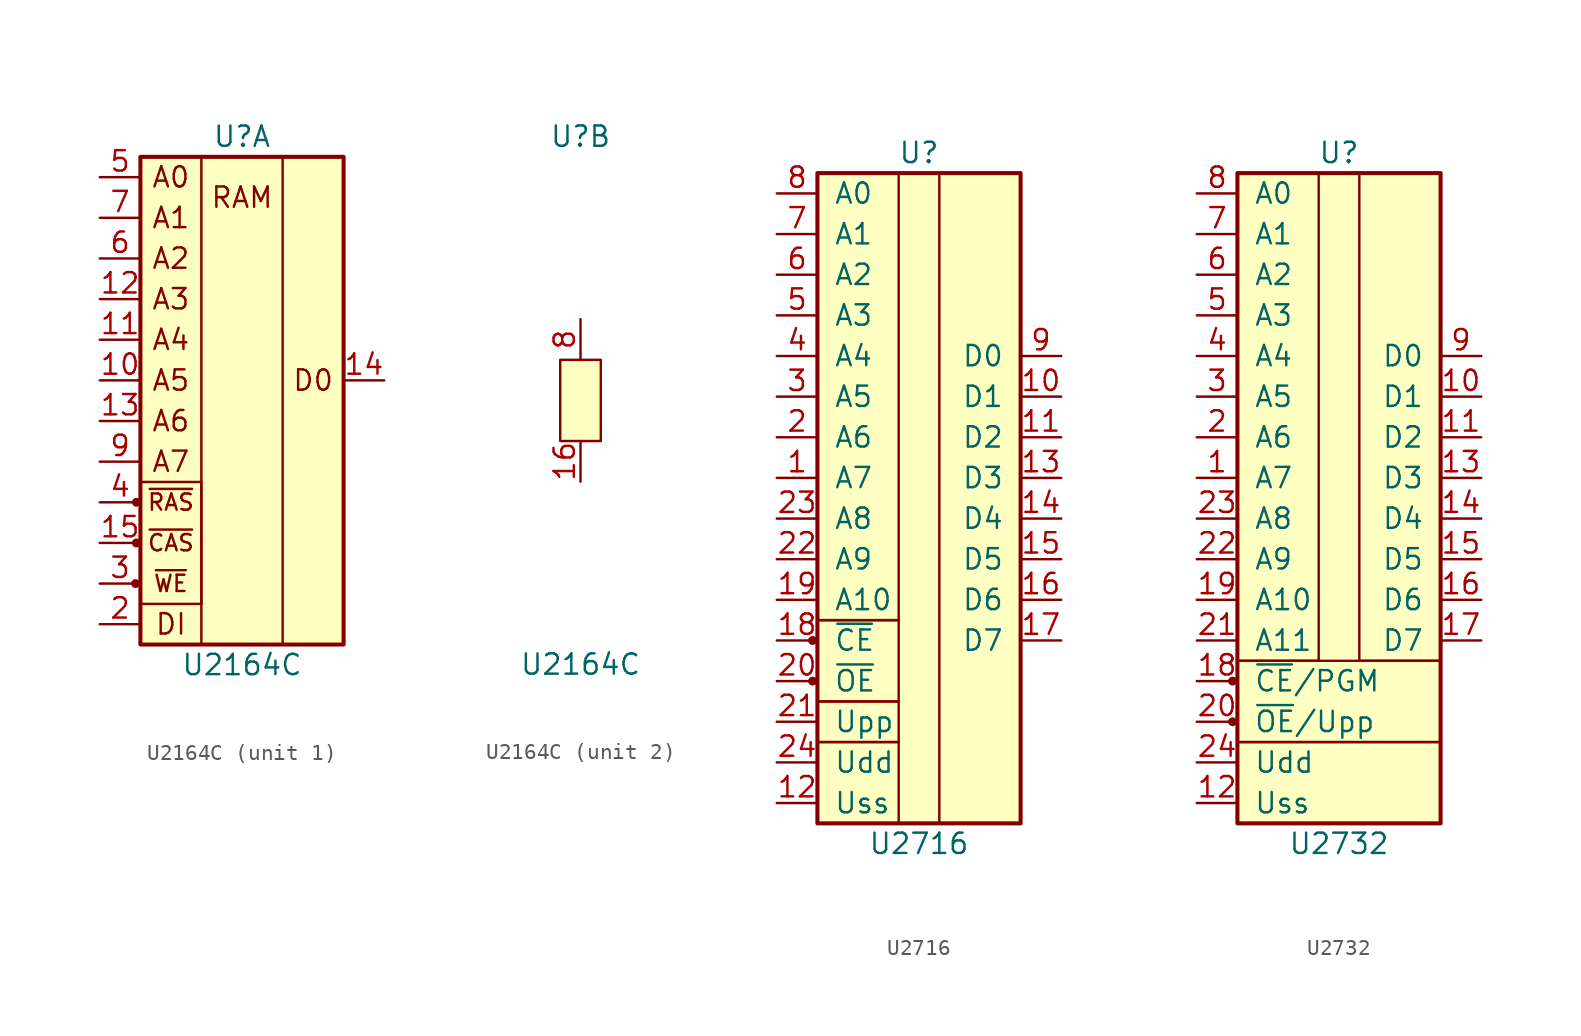
<source format=kicad_sym>
(kicad_symbol_lib
  (version 20211014)
  (generator kicad_symbol_editor)
  (symbol "U2164C"
    (pin_names
      (offset 1.016) hide)
    (property "Reference" "U"
      (at 0 16.51 0)
      (effects (font (size 1.27 1.27))))
    (property "Value" "U2164C"
      (at 0 -16.51 0)
      (effects (font (size 1.27 1.27))))
    (property "ki_locked" ""
      (at 0 0 0)
      (effects (font (size 1.27 1.27))))
    (symbol "U2164C_1_1"
      (circle (center -6.655 -11.43) (radius 0.203) (stroke (width 0) (type default) (color 0 0 0 0)) (fill (type outline)))
      (circle (center -6.604 -8.89) (radius 0.203) (stroke (width 0) (type default) (color 0 0 0 0)) (fill (type outline)))
      (circle (center -6.604 -6.35) (radius 0.203) (stroke (width 0) (type default) (color 0 0 0 0)) (fill (type outline)))
      (rectangle (start -6.35 -5.08) (end -2.54 -12.7) (stroke (width 0) (type default) (color 0 0 0 0)) (fill (type none)))
      (rectangle (start -6.35 15.24) (end 6.35 -15.24) (stroke (width 0.254) (type default) (color 0 0 0 0)) (fill (type background)))
      (rectangle (start -2.54 15.24) (end 2.54 -15.24) (stroke (width 0) (type default) (color 0 0 0 0)) (fill (type none)))
      (text "A0" (at -4.445 13.97 0) (effects (font (size 1.27 1.27))))
      (text "A1" (at -4.445 11.43 0) (effects (font (size 1.27 1.27))))
      (text "A2" (at -4.445 8.89 0) (effects (font (size 1.27 1.27))))
      (text "A3" (at -4.445 6.35 0) (effects (font (size 1.27 1.27))))
      (text "A4" (at -4.445 3.81 0) (effects (font (size 1.27 1.27))))
      (text "A5" (at -4.445 1.27 0) (effects (font (size 1.27 1.27))))
      (text "A6" (at -4.445 -1.27 0) (effects (font (size 1.27 1.27))))
      (text "A7" (at -4.445 -3.81 0) (effects (font (size 1.27 1.27))))
      (text "D0" (at 4.445 1.27 0) (effects (font (size 1.27 1.27))))
      (text "DI" (at -4.445 -13.97 0) (effects (font (size 1.27 1.27))))
      (text "RAM" (at 0 12.7 0) (effects (font (size 1.27 1.27))))
      (text "~{CAS}" (at -4.445 -8.89 0) (effects (font (size 1.016 1.016))))
      (text "~{RAS}" (at -4.445 -6.35 0) (effects (font (size 1.016 1.016))))
      (text "~{WE}" (at -4.445 -11.43 0) (effects (font (size 1.016 1.016))))
      (pin no_connect line (at 8.89 -13.97 180) (length 2.54) hide (name "nc" (effects (font (size 1.27 1.27)))) (number "1" (effects (font (size 1.27 1.27)))))
      (pin input line (at -8.89 1.27 0) (length 2.54) (name "A5" (effects (font (size 1.27 1.27)))) (number "10" (effects (font (size 1.27 1.27)))))
      (pin input line (at -8.89 3.81 0) (length 2.54) (name "A4" (effects (font (size 1.27 1.27)))) (number "11" (effects (font (size 1.27 1.27)))))
      (pin input line (at -8.89 6.35 0) (length 2.54) (name "A3" (effects (font (size 1.27 1.27)))) (number "12" (effects (font (size 1.27 1.27)))))
      (pin input line (at -8.89 -1.27 0) (length 2.54) (name "A6" (effects (font (size 1.27 1.27)))) (number "13" (effects (font (size 1.27 1.27)))))
      (pin tri_state line (at 8.89 1.27 180) (length 2.54) (name "D0" (effects (font (size 1.27 1.27)))) (number "14" (effects (font (size 1.27 1.27)))))
      (pin input line (at -8.89 -8.89 0) (length 2.54) (name "~CAS" (effects (font (size 1.27 1.27)))) (number "15" (effects (font (size 1.27 1.27)))))
      (pin input line (at -8.89 -13.97 0) (length 2.54) (name "DI" (effects (font (size 1.27 1.27)))) (number "2" (effects (font (size 1.27 1.27)))))
      (pin input line (at -8.89 -11.43 0) (length 2.54) (name "~WE" (effects (font (size 1.27 1.27)))) (number "3" (effects (font (size 1.27 1.27)))))
      (pin input line (at -8.89 -6.35 0) (length 2.54) (name "~RAS" (effects (font (size 1.27 1.27)))) (number "4" (effects (font (size 1.27 1.27)))))
      (pin input line (at -8.89 13.97 0) (length 2.54) (name "A0" (effects (font (size 1.27 1.27)))) (number "5" (effects (font (size 1.27 1.27)))))
      (pin input line (at -8.89 8.89 0) (length 2.54) (name "A2" (effects (font (size 1.27 1.27)))) (number "6" (effects (font (size 1.27 1.27)))))
      (pin input line (at -8.89 11.43 0) (length 2.54) (name "A1" (effects (font (size 1.27 1.27)))) (number "7" (effects (font (size 1.27 1.27)))))
      (pin input line (at -8.89 -3.81 0) (length 2.54) (name "A7" (effects (font (size 1.27 1.27)))) (number "9" (effects (font (size 1.27 1.27))))))
    (symbol "U2164C_2_1"
      (rectangle (start -1.27 2.54) (end 1.27 -2.54) (stroke (width 0) (type default) (color 0 0 0 0)) (fill (type background)))
      (pin power_in line (at 0 -5.08 90) (length 2.54) (name "Uss" (effects (font (size 1.27 1.27)))) (number "16" (effects (font (size 1.27 1.27)))))
      (pin power_in line (at 0 5.08 270) (length 2.54) (name "Ucc" (effects (font (size 1.27 1.27)))) (number "8" (effects (font (size 1.27 1.27)))))))
  (symbol "U2716"
    (pin_names
      (offset 1.016))
    (property "Reference" "U"
      (at 0 21.59 0)
      (effects (font (size 1.27 1.27))))
    (property "Value" "U2716"
      (at 0 -21.59 0)
      (effects (font (size 1.27 1.27))))
    (symbol "U2716_0_1"
      (rectangle (start -6.35 -12.7) (end -1.27 -15.24) (stroke (width 0) (type default) (color 0 0 0 0)) (fill (type none)))
      (rectangle (start -1.27 -7.62) (end -6.35 -12.7) (stroke (width 0) (type default) (color 0 0 0 0)) (fill (type none))))
    (symbol "U2716_1_1"
      (circle (center -6.655 -11.43) (radius 0.203) (stroke (width 0) (type default) (color 0 0 0 0)) (fill (type outline)))
      (circle (center -6.655 -8.89) (radius 0.203) (stroke (width 0) (type default) (color 0 0 0 0)) (fill (type outline)))
      (rectangle (start -6.35 -15.24) (end -1.27 -20.32) (stroke (width 0) (type default) (color 0 0 0 0)) (fill (type none)))
      (rectangle (start -6.35 20.32) (end -1.27 -7.62) (stroke (width 0) (type default) (color 0 0 0 0)) (fill (type none)))
      (rectangle (start -6.35 20.32) (end 6.35 -20.32) (stroke (width 0.254) (type default) (color 0 0 0 0)) (fill (type background)))
      (rectangle (start 1.27 20.32) (end 6.35 -20.32) (stroke (width 0) (type default) (color 0 0 0 0)) (fill (type none)))
      (pin input line (at -8.89 1.27 0) (length 2.54) (name "A7" (effects (font (size 1.27 1.27)))) (number "1" (effects (font (size 1.27 1.27)))))
      (pin tri_state line (at 8.89 6.35 180) (length 2.54) (name "D1" (effects (font (size 1.27 1.27)))) (number "10" (effects (font (size 1.27 1.27)))))
      (pin tri_state line (at 8.89 3.81 180) (length 2.54) (name "D2" (effects (font (size 1.27 1.27)))) (number "11" (effects (font (size 1.27 1.27)))))
      (pin power_in line (at -8.89 -19.05 0) (length 2.54) (name "Uss" (effects (font (size 1.27 1.27)))) (number "12" (effects (font (size 1.27 1.27)))))
      (pin tri_state line (at 8.89 1.27 180) (length 2.54) (name "D3" (effects (font (size 1.27 1.27)))) (number "13" (effects (font (size 1.27 1.27)))))
      (pin tri_state line (at 8.89 -1.27 180) (length 2.54) (name "D4" (effects (font (size 1.27 1.27)))) (number "14" (effects (font (size 1.27 1.27)))))
      (pin tri_state line (at 8.89 -3.81 180) (length 2.54) (name "D5" (effects (font (size 1.27 1.27)))) (number "15" (effects (font (size 1.27 1.27)))))
      (pin tri_state line (at 8.89 -6.35 180) (length 2.54) (name "D6" (effects (font (size 1.27 1.27)))) (number "16" (effects (font (size 1.27 1.27)))))
      (pin tri_state line (at 8.89 -8.89 180) (length 2.54) (name "D7" (effects (font (size 1.27 1.27)))) (number "17" (effects (font (size 1.27 1.27)))))
      (pin input line (at -8.89 -8.89 0) (length 2.54) (name "~{CE}" (effects (font (size 1.27 1.27)))) (number "18" (effects (font (size 1.27 1.27)))))
      (pin input line (at -8.89 -6.35 0) (length 2.54) (name "A10" (effects (font (size 1.27 1.27)))) (number "19" (effects (font (size 1.27 1.27)))))
      (pin input line (at -8.89 3.81 0) (length 2.54) (name "A6" (effects (font (size 1.27 1.27)))) (number "2" (effects (font (size 1.27 1.27)))))
      (pin input line (at -8.89 -11.43 0) (length 2.54) (name "~{OE}" (effects (font (size 1.27 1.27)))) (number "20" (effects (font (size 1.27 1.27)))))
      (pin power_in line (at -8.89 -13.97 0) (length 2.54) (name "Upp" (effects (font (size 1.27 1.27)))) (number "21" (effects (font (size 1.27 1.27)))))
      (pin input line (at -8.89 -3.81 0) (length 2.54) (name "A9" (effects (font (size 1.27 1.27)))) (number "22" (effects (font (size 1.27 1.27)))))
      (pin input line (at -8.89 -1.27 0) (length 2.54) (name "A8" (effects (font (size 1.27 1.27)))) (number "23" (effects (font (size 1.27 1.27)))))
      (pin power_in line (at -8.89 -16.51 0) (length 2.54) (name "Udd" (effects (font (size 1.27 1.27)))) (number "24" (effects (font (size 1.27 1.27)))))
      (pin input line (at -8.89 6.35 0) (length 2.54) (name "A5" (effects (font (size 1.27 1.27)))) (number "3" (effects (font (size 1.27 1.27)))))
      (pin input line (at -8.89 8.89 0) (length 2.54) (name "A4" (effects (font (size 1.27 1.27)))) (number "4" (effects (font (size 1.27 1.27)))))
      (pin input line (at -8.89 11.43 0) (length 2.54) (name "A3" (effects (font (size 1.27 1.27)))) (number "5" (effects (font (size 1.27 1.27)))))
      (pin input line (at -8.89 13.97 0) (length 2.54) (name "A2" (effects (font (size 1.27 1.27)))) (number "6" (effects (font (size 1.27 1.27)))))
      (pin input line (at -8.89 16.51 0) (length 2.54) (name "A1" (effects (font (size 1.27 1.27)))) (number "7" (effects (font (size 1.27 1.27)))))
      (pin input line (at -8.89 19.05 0) (length 2.54) (name "A0" (effects (font (size 1.27 1.27)))) (number "8" (effects (font (size 1.27 1.27)))))
      (pin tri_state line (at 8.89 8.89 180) (length 2.54) (name "D0" (effects (font (size 1.27 1.27)))) (number "9" (effects (font (size 1.27 1.27)))))))
  (symbol "U2732"
    (pin_names
      (offset 1.016))
    (property "Reference" "U"
      (at 0 21.59 0)
      (effects (font (size 1.27 1.27))))
    (property "Value" "U2732"
      (at 0 -21.59 0)
      (effects (font (size 1.27 1.27))))
    (symbol "U2732_0_1"
      (rectangle (start 6.35 -10.16) (end -6.35 -15.24) (stroke (width 0) (type default) (color 0 0 0 0)) (fill (type none))))
    (symbol "U2732_1_1"
      (circle (center -6.655 -13.97) (radius 0.203) (stroke (width 0) (type default) (color 0 0 0 0)) (fill (type outline)))
      (circle (center -6.655 -11.43) (radius 0.203) (stroke (width 0) (type default) (color 0 0 0 0)) (fill (type outline)))
      (rectangle (start -6.35 -15.24) (end 6.35 -20.32) (stroke (width 0) (type default) (color 0 0 0 0)) (fill (type none)))
      (rectangle (start -6.35 20.32) (end -1.27 -10.16) (stroke (width 0) (type default) (color 0 0 0 0)) (fill (type none)))
      (rectangle (start -6.35 20.32) (end 6.35 -20.32) (stroke (width 0.254) (type default) (color 0 0 0 0)) (fill (type background)))
      (rectangle (start 1.27 20.32) (end 6.35 -10.16) (stroke (width 0) (type default) (color 0 0 0 0)) (fill (type none)))
      (pin input line (at -8.89 1.27 0) (length 2.54) (name "A7" (effects (font (size 1.27 1.27)))) (number "1" (effects (font (size 1.27 1.27)))))
      (pin tri_state line (at 8.89 6.35 180) (length 2.54) (name "D1" (effects (font (size 1.27 1.27)))) (number "10" (effects (font (size 1.27 1.27)))))
      (pin tri_state line (at 8.89 3.81 180) (length 2.54) (name "D2" (effects (font (size 1.27 1.27)))) (number "11" (effects (font (size 1.27 1.27)))))
      (pin power_in line (at -8.89 -19.05 0) (length 2.54) (name "Uss" (effects (font (size 1.27 1.27)))) (number "12" (effects (font (size 1.27 1.27)))))
      (pin tri_state line (at 8.89 1.27 180) (length 2.54) (name "D3" (effects (font (size 1.27 1.27)))) (number "13" (effects (font (size 1.27 1.27)))))
      (pin tri_state line (at 8.89 -1.27 180) (length 2.54) (name "D4" (effects (font (size 1.27 1.27)))) (number "14" (effects (font (size 1.27 1.27)))))
      (pin tri_state line (at 8.89 -3.81 180) (length 2.54) (name "D5" (effects (font (size 1.27 1.27)))) (number "15" (effects (font (size 1.27 1.27)))))
      (pin tri_state line (at 8.89 -6.35 180) (length 2.54) (name "D6" (effects (font (size 1.27 1.27)))) (number "16" (effects (font (size 1.27 1.27)))))
      (pin tri_state line (at 8.89 -8.89 180) (length 2.54) (name "D7" (effects (font (size 1.27 1.27)))) (number "17" (effects (font (size 1.27 1.27)))))
      (pin input line (at -8.89 -11.43 0) (length 2.54) (name "~{CE}/PGM" (effects (font (size 1.27 1.27)))) (number "18" (effects (font (size 1.27 1.27)))))
      (pin input line (at -8.89 -6.35 0) (length 2.54) (name "A10" (effects (font (size 1.27 1.27)))) (number "19" (effects (font (size 1.27 1.27)))))
      (pin input line (at -8.89 3.81 0) (length 2.54) (name "A6" (effects (font (size 1.27 1.27)))) (number "2" (effects (font (size 1.27 1.27)))))
      (pin input line (at -8.89 -13.97 0) (length 2.54) (name "~{OE}/Upp" (effects (font (size 1.27 1.27)))) (number "20" (effects (font (size 1.27 1.27)))))
      (pin input line (at -8.89 -8.89 0) (length 2.54) (name "A11" (effects (font (size 1.27 1.27)))) (number "21" (effects (font (size 1.27 1.27)))))
      (pin input line (at -8.89 -3.81 0) (length 2.54) (name "A9" (effects (font (size 1.27 1.27)))) (number "22" (effects (font (size 1.27 1.27)))))
      (pin input line (at -8.89 -1.27 0) (length 2.54) (name "A8" (effects (font (size 1.27 1.27)))) (number "23" (effects (font (size 1.27 1.27)))))
      (pin power_in line (at -8.89 -16.51 0) (length 2.54) (name "Udd" (effects (font (size 1.27 1.27)))) (number "24" (effects (font (size 1.27 1.27)))))
      (pin input line (at -8.89 6.35 0) (length 2.54) (name "A5" (effects (font (size 1.27 1.27)))) (number "3" (effects (font (size 1.27 1.27)))))
      (pin input line (at -8.89 8.89 0) (length 2.54) (name "A4" (effects (font (size 1.27 1.27)))) (number "4" (effects (font (size 1.27 1.27)))))
      (pin input line (at -8.89 11.43 0) (length 2.54) (name "A3" (effects (font (size 1.27 1.27)))) (number "5" (effects (font (size 1.27 1.27)))))
      (pin input line (at -8.89 13.97 0) (length 2.54) (name "A2" (effects (font (size 1.27 1.27)))) (number "6" (effects (font (size 1.27 1.27)))))
      (pin input line (at -8.89 16.51 0) (length 2.54) (name "A1" (effects (font (size 1.27 1.27)))) (number "7" (effects (font (size 1.27 1.27)))))
      (pin input line (at -8.89 19.05 0) (length 2.54) (name "A0" (effects (font (size 1.27 1.27)))) (number "8" (effects (font (size 1.27 1.27)))))
      (pin tri_state line (at 8.89 8.89 180) (length 2.54) (name "D0" (effects (font (size 1.27 1.27)))) (number "9" (effects (font (size 1.27 1.27))))))))
</source>
